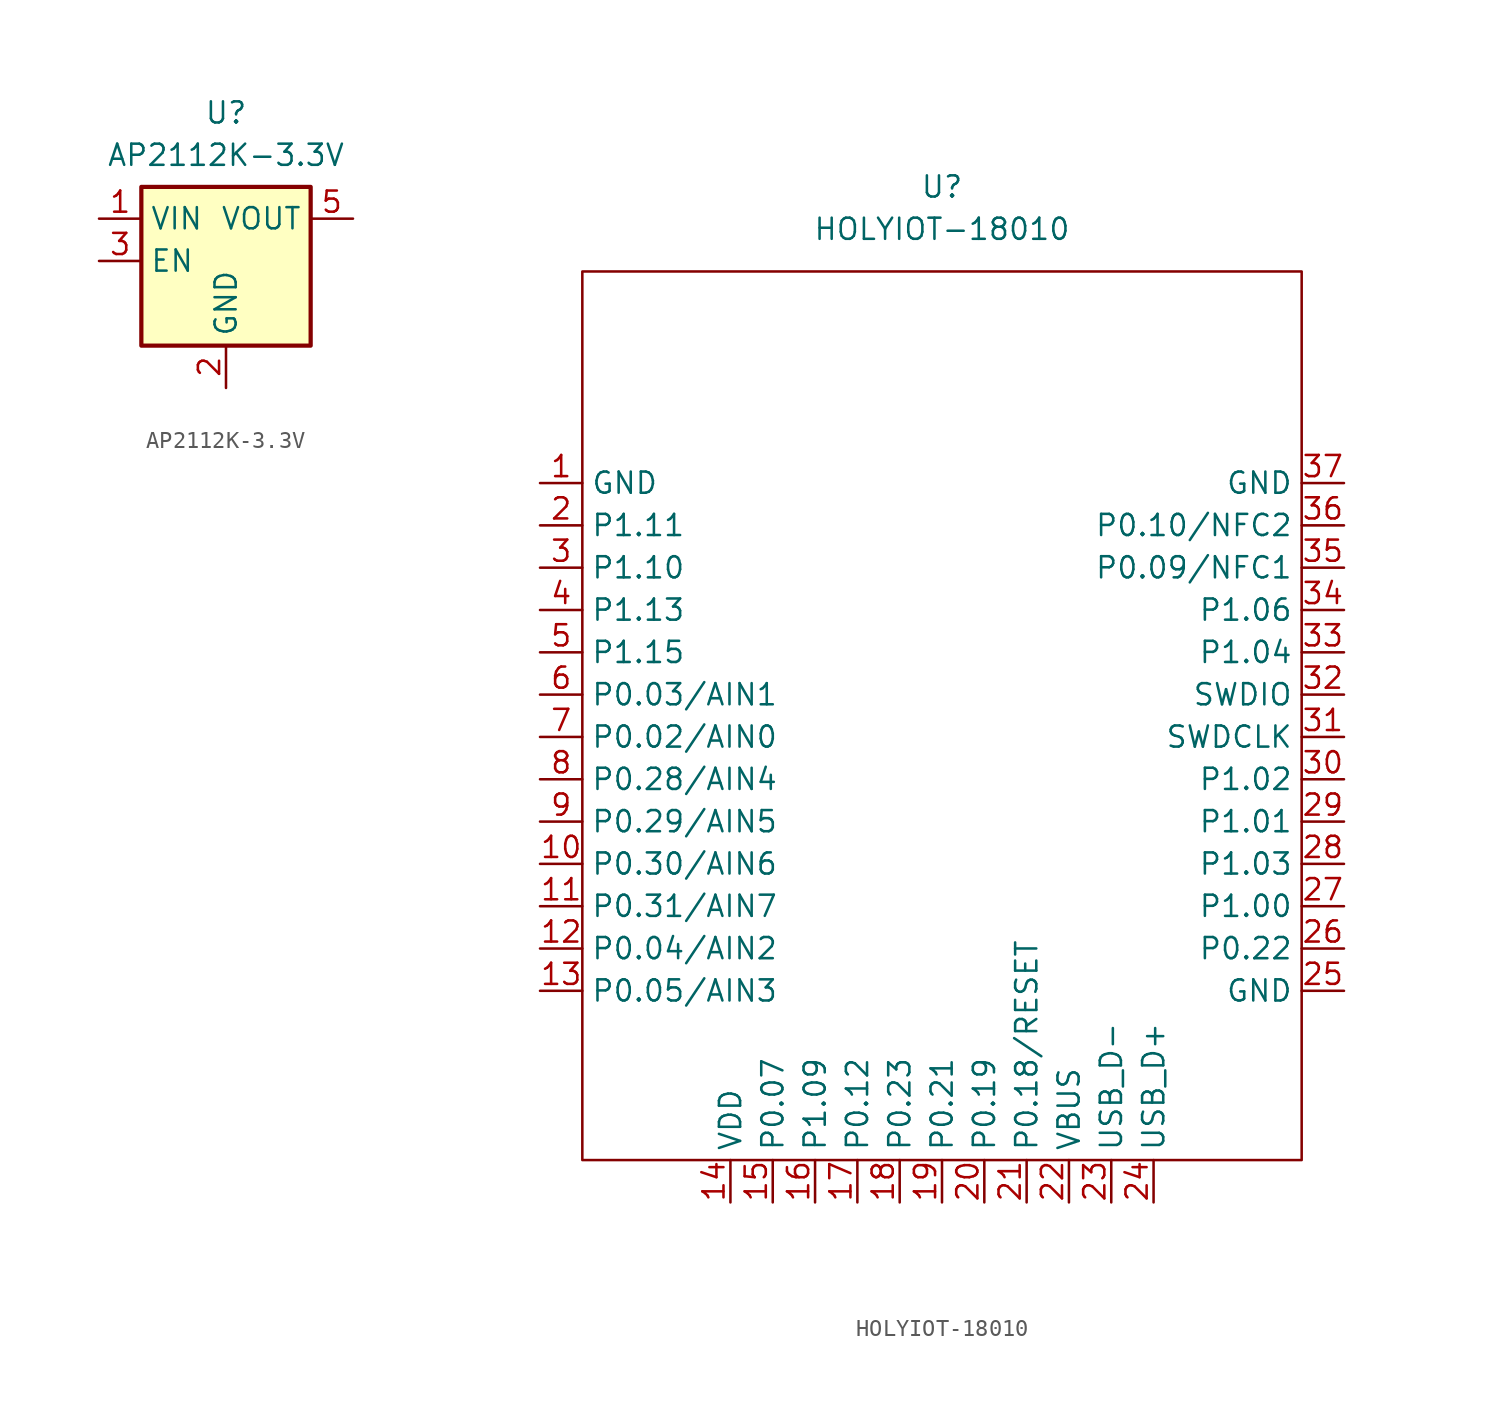
<source format=kicad_sym>
(kicad_symbol_lib
  (version 20211014)
  (generator kicad_symbol_editor)
  (symbol "AP2112K-3.3V"
    (property "Reference" "U"
      (at 0 8.89 0)
      (effects (font (size 1.27 1.27))))
    (property "Value" "AP2112K-3.3V"
      (at 0 6.35 0)
      (effects (font (size 1.27 1.27))))
    (symbol "AP2112K-3.3V_0_1"
      (rectangle (start -5.08 4.445) (end 5.08 -5.08) (stroke (width 0.254) (type default) (color 0 0 0 0)) (fill (type background))))
    (symbol "AP2112K-3.3V_1_1"
      (pin power_in line (at -7.62 2.54 0) (length 2.54) (name "VIN" (effects (font (size 1.27 1.27)))) (number "1" (effects (font (size 1.27 1.27)))))
      (pin power_in line (at 0 -7.62 90) (length 2.54) (name "GND" (effects (font (size 1.27 1.27)))) (number "2" (effects (font (size 1.27 1.27)))))
      (pin input line (at -7.62 0 0) (length 2.54) (name "EN" (effects (font (size 1.27 1.27)))) (number "3" (effects (font (size 1.27 1.27)))))
      (pin no_connect line (at 7.62 0 180) (length 2.54) hide (name "NC" (effects (font (size 1.27 1.27)))) (number "4" (effects (font (size 1.27 1.27)))))
      (pin power_out line (at 7.62 2.54 180) (length 2.54) (name "VOUT" (effects (font (size 1.27 1.27)))) (number "5" (effects (font (size 1.27 1.27)))))))
  (symbol "HOLYIOT-18010"
    (property "Reference" "U"
      (at 0 31.75 0)
      (effects (font (size 1.27 1.27))))
    (property "Value" "HOLYIOT-18010"
      (at 0 29.21 0)
      (effects (font (size 1.27 1.27))))
    (symbol "HOLYIOT-18010_0_1"
      (rectangle (start -21.59 26.67) (end 21.59 -26.67) (stroke (width 0) (type default) (color 0 0 0 0)) (fill (type none))))
    (symbol "HOLYIOT-18010_1_1"
      (pin power_in line (at -24.13 13.97 0) (length 2.54) (name "GND" (effects (font (size 1.27 1.27)))) (number "1" (effects (font (size 1.27 1.27)))))
      (pin input line (at -24.13 -8.89 0) (length 2.54) (name "P0.30/AIN6" (effects (font (size 1.27 1.27)))) (number "10" (effects (font (size 1.27 1.27)))))
      (pin input line (at -24.13 -11.43 0) (length 2.54) (name "P0.31/AIN7" (effects (font (size 1.27 1.27)))) (number "11" (effects (font (size 1.27 1.27)))))
      (pin input line (at -24.13 -13.97 0) (length 2.54) (name "P0.04/AIN2" (effects (font (size 1.27 1.27)))) (number "12" (effects (font (size 1.27 1.27)))))
      (pin input line (at -24.13 -16.51 0) (length 2.54) (name "P0.05/AIN3" (effects (font (size 1.27 1.27)))) (number "13" (effects (font (size 1.27 1.27)))))
      (pin power_in line (at -12.7 -29.21 90) (length 2.54) (name "VDD" (effects (font (size 1.27 1.27)))) (number "14" (effects (font (size 1.27 1.27)))))
      (pin input line (at -10.16 -29.21 90) (length 2.54) (name "P0.07" (effects (font (size 1.27 1.27)))) (number "15" (effects (font (size 1.27 1.27)))))
      (pin input line (at -7.62 -29.21 90) (length 2.54) (name "P1.09" (effects (font (size 1.27 1.27)))) (number "16" (effects (font (size 1.27 1.27)))))
      (pin input line (at -5.08 -29.21 90) (length 2.54) (name "P0.12" (effects (font (size 1.27 1.27)))) (number "17" (effects (font (size 1.27 1.27)))))
      (pin input line (at -2.54 -29.21 90) (length 2.54) (name "P0.23" (effects (font (size 1.27 1.27)))) (number "18" (effects (font (size 1.27 1.27)))))
      (pin input line (at 0 -29.21 90) (length 2.54) (name "P0.21" (effects (font (size 1.27 1.27)))) (number "19" (effects (font (size 1.27 1.27)))))
      (pin input line (at -24.13 11.43 0) (length 2.54) (name "P1.11" (effects (font (size 1.27 1.27)))) (number "2" (effects (font (size 1.27 1.27)))))
      (pin input line (at 2.54 -29.21 90) (length 2.54) (name "P0.19" (effects (font (size 1.27 1.27)))) (number "20" (effects (font (size 1.27 1.27)))))
      (pin input line (at 5.08 -29.21 90) (length 2.54) (name "P0.18/RESET" (effects (font (size 1.27 1.27)))) (number "21" (effects (font (size 1.27 1.27)))))
      (pin power_in line (at 7.62 -29.21 90) (length 2.54) (name "VBUS" (effects (font (size 1.27 1.27)))) (number "22" (effects (font (size 1.27 1.27)))))
      (pin input line (at 10.16 -29.21 90) (length 2.54) (name "USB_D-" (effects (font (size 1.27 1.27)))) (number "23" (effects (font (size 1.27 1.27)))))
      (pin input line (at 12.7 -29.21 90) (length 2.54) (name "USB_D+" (effects (font (size 1.27 1.27)))) (number "24" (effects (font (size 1.27 1.27)))))
      (pin power_in line (at 24.13 -16.51 180) (length 2.54) (name "GND" (effects (font (size 1.27 1.27)))) (number "25" (effects (font (size 1.27 1.27)))))
      (pin input line (at 24.13 -13.97 180) (length 2.54) (name "P0.22" (effects (font (size 1.27 1.27)))) (number "26" (effects (font (size 1.27 1.27)))))
      (pin input line (at 24.13 -11.43 180) (length 2.54) (name "P1.00" (effects (font (size 1.27 1.27)))) (number "27" (effects (font (size 1.27 1.27)))))
      (pin input line (at 24.13 -8.89 180) (length 2.54) (name "P1.03" (effects (font (size 1.27 1.27)))) (number "28" (effects (font (size 1.27 1.27)))))
      (pin input line (at 24.13 -6.35 180) (length 2.54) (name "P1.01" (effects (font (size 1.27 1.27)))) (number "29" (effects (font (size 1.27 1.27)))))
      (pin input line (at -24.13 8.89 0) (length 2.54) (name "P1.10" (effects (font (size 1.27 1.27)))) (number "3" (effects (font (size 1.27 1.27)))))
      (pin input line (at 24.13 -3.81 180) (length 2.54) (name "P1.02" (effects (font (size 1.27 1.27)))) (number "30" (effects (font (size 1.27 1.27)))))
      (pin input line (at 24.13 -1.27 180) (length 2.54) (name "SWDCLK" (effects (font (size 1.27 1.27)))) (number "31" (effects (font (size 1.27 1.27)))))
      (pin input line (at 24.13 1.27 180) (length 2.54) (name "SWDIO" (effects (font (size 1.27 1.27)))) (number "32" (effects (font (size 1.27 1.27)))))
      (pin input line (at 24.13 3.81 180) (length 2.54) (name "P1.04" (effects (font (size 1.27 1.27)))) (number "33" (effects (font (size 1.27 1.27)))))
      (pin input line (at 24.13 6.35 180) (length 2.54) (name "P1.06" (effects (font (size 1.27 1.27)))) (number "34" (effects (font (size 1.27 1.27)))))
      (pin input line (at 24.13 8.89 180) (length 2.54) (name "P0.09/NFC1" (effects (font (size 1.27 1.27)))) (number "35" (effects (font (size 1.27 1.27)))))
      (pin input line (at 24.13 11.43 180) (length 2.54) (name "P0.10/NFC2" (effects (font (size 1.27 1.27)))) (number "36" (effects (font (size 1.27 1.27)))))
      (pin power_in line (at 24.13 13.97 180) (length 2.54) (name "GND" (effects (font (size 1.27 1.27)))) (number "37" (effects (font (size 1.27 1.27)))))
      (pin input line (at -24.13 6.35 0) (length 2.54) (name "P1.13" (effects (font (size 1.27 1.27)))) (number "4" (effects (font (size 1.27 1.27)))))
      (pin input line (at -24.13 3.81 0) (length 2.54) (name "P1.15" (effects (font (size 1.27 1.27)))) (number "5" (effects (font (size 1.27 1.27)))))
      (pin input line (at -24.13 1.27 0) (length 2.54) (name "P0.03/AIN1" (effects (font (size 1.27 1.27)))) (number "6" (effects (font (size 1.27 1.27)))))
      (pin input line (at -24.13 -1.27 0) (length 2.54) (name "P0.02/AIN0" (effects (font (size 1.27 1.27)))) (number "7" (effects (font (size 1.27 1.27)))))
      (pin input line (at -24.13 -3.81 0) (length 2.54) (name "P0.28/AIN4" (effects (font (size 1.27 1.27)))) (number "8" (effects (font (size 1.27 1.27)))))
      (pin input line (at -24.13 -6.35 0) (length 2.54) (name "P0.29/AIN5" (effects (font (size 1.27 1.27)))) (number "9" (effects (font (size 1.27 1.27))))))))
</source>
